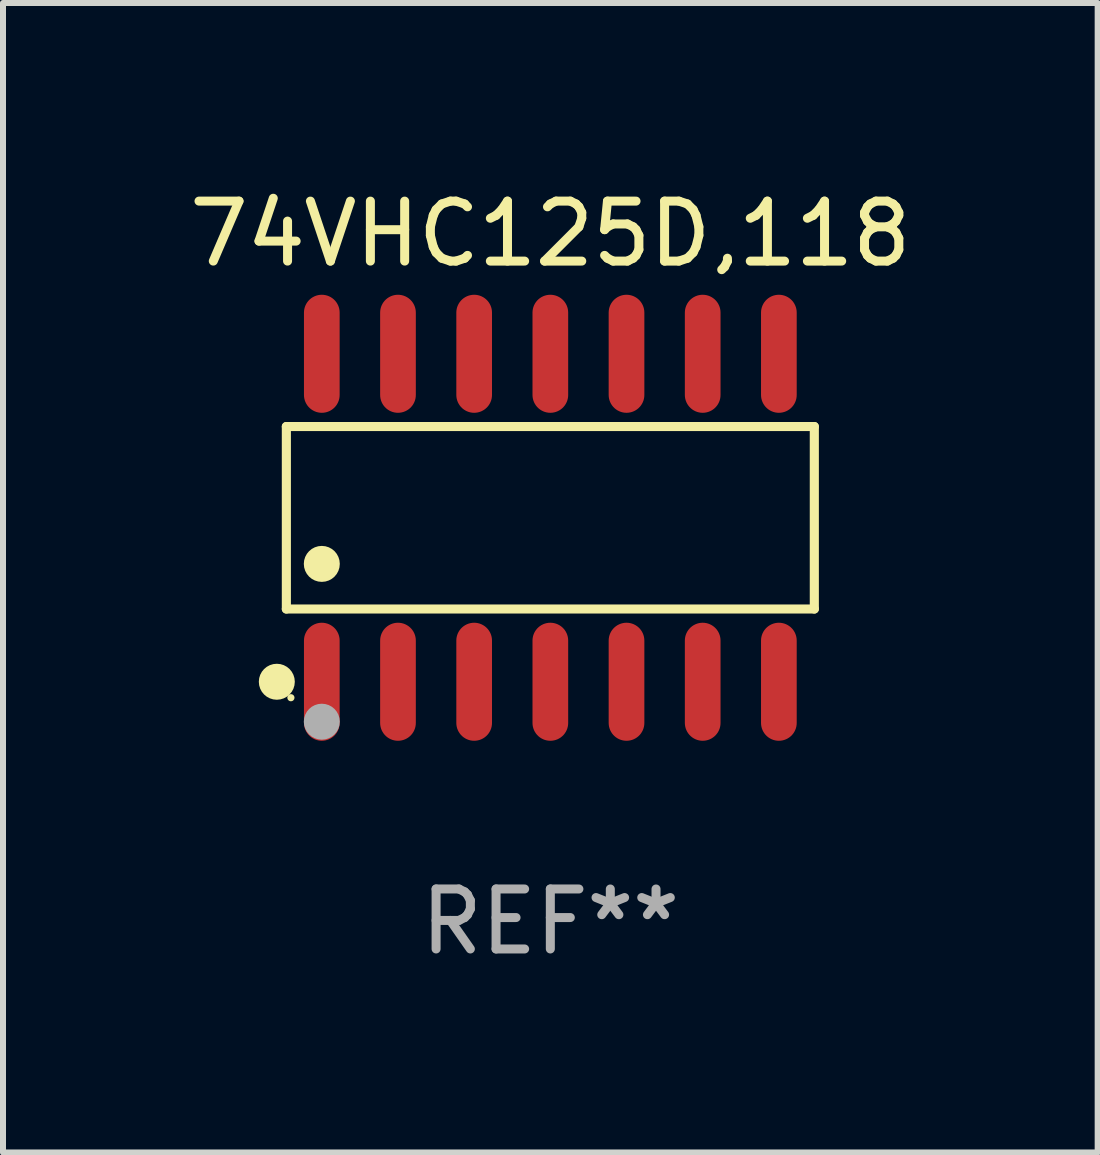
<source format=kicad_pcb>
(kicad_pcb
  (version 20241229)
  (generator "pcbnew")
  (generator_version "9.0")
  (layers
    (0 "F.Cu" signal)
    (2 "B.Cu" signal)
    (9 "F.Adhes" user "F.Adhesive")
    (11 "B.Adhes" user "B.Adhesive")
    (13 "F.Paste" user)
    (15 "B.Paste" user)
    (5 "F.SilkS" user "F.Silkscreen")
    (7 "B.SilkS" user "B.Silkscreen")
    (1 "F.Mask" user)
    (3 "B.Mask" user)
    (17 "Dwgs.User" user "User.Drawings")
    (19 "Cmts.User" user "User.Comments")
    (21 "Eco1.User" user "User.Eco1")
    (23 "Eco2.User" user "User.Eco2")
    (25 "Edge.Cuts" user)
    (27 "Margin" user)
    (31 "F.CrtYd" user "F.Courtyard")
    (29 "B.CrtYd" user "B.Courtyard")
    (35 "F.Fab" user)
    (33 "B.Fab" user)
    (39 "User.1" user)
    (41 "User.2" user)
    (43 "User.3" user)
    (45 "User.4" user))
  (footprint "74VHC125D,118"
    (layer "F.Cu")
    (at 6.125 5.582)
    (property "Reference" "74VHC125D,118" (at 0 -4.734 0) (layer "F.SilkS") (effects (font (size 1 1) (thickness 0.15))))
    (attr through_hole)
    (fp_line (start -4.401 -1.521) (end 4.401 -1.521) (stroke (width 0.152) (type solid)) (layer "F.SilkS"))
    (fp_line (start -4.401 1.521) (end -4.401 -1.521) (stroke (width 0.152) (type solid)) (layer "F.SilkS"))
    (fp_line (start 4.401 -1.521) (end 4.401 1.521) (stroke (width 0.152) (type solid)) (layer "F.SilkS"))
    (fp_line (start 4.401 1.521) (end -4.401 1.521) (stroke (width 0.152) (type solid)) (layer "F.SilkS"))
    (fp_circle (center -4.56 2.734) (end -4.41 2.734) (stroke (width 0.3) (type solid)) (fill no) (layer "F.SilkS"))
    (fp_circle (center -4.325 3) (end -4.295 3) (stroke (width 0.06) (type solid)) (fill no) (layer "F.SilkS"))
    (fp_circle (center -3.81 0.769) (end -3.66 0.769) (stroke (width 0.3) (type solid)) (fill no) (layer "F.SilkS"))
    (fp_circle (center -3.81 3.4) (end -3.66 3.4) (stroke (width 0.3) (type solid)) (fill no) (layer "F.Fab"))
    (fp_text user "REF**" (at 0 6.734 0) (layer "F.Fab") (effects (font (size 1 1) (thickness 0.15))))
    (pad "1" smd oval (at -3.81 2.734) (size 0.595 1.968) (layers "F.Cu" "F.Mask" "F.Paste"))
    (pad "2" smd oval (at -2.54 2.734) (size 0.595 1.968) (layers "F.Cu" "F.Mask" "F.Paste"))
    (pad "3" smd oval (at -1.27 2.734) (size 0.595 1.968) (layers "F.Cu" "F.Mask" "F.Paste"))
    (pad "4" smd oval (at 0 2.734) (size 0.595 1.968) (layers "F.Cu" "F.Mask" "F.Paste"))
    (pad "5" smd oval (at 1.27 2.734) (size 0.595 1.968) (layers "F.Cu" "F.Mask" "F.Paste"))
    (pad "6" smd oval (at 2.54 2.734) (size 0.595 1.968) (layers "F.Cu" "F.Mask" "F.Paste"))
    (pad "7" smd oval (at 3.81 2.734) (size 0.595 1.968) (layers "F.Cu" "F.Mask" "F.Paste"))
    (pad "8" smd oval (at 3.81 -2.734) (size 0.595 1.968) (layers "F.Cu" "F.Mask" "F.Paste"))
    (pad "9" smd oval (at 2.54 -2.734) (size 0.595 1.968) (layers "F.Cu" "F.Mask" "F.Paste"))
    (pad "10" smd oval (at 1.27 -2.734) (size 0.595 1.968) (layers "F.Cu" "F.Mask" "F.Paste"))
    (pad "11" smd oval (at 0 -2.734) (size 0.595 1.968) (layers "F.Cu" "F.Mask" "F.Paste"))
    (pad "12" smd oval (at -1.27 -2.734) (size 0.595 1.968) (layers "F.Cu" "F.Mask" "F.Paste"))
    (pad "13" smd oval (at -2.54 -2.734) (size 0.595 1.968) (layers "F.Cu" "F.Mask" "F.Paste"))
    (pad "14" smd oval (at -3.81 -2.734) (size 0.595 1.968) (layers "F.Cu" "F.Mask" "F.Paste")))
  (gr_rect
    (start -3 -3)
    (end 15.25 16.164)
    (stroke (width 0.1) (type default))
    (fill no)
    (layer "Edge.Cuts")))
</source>
